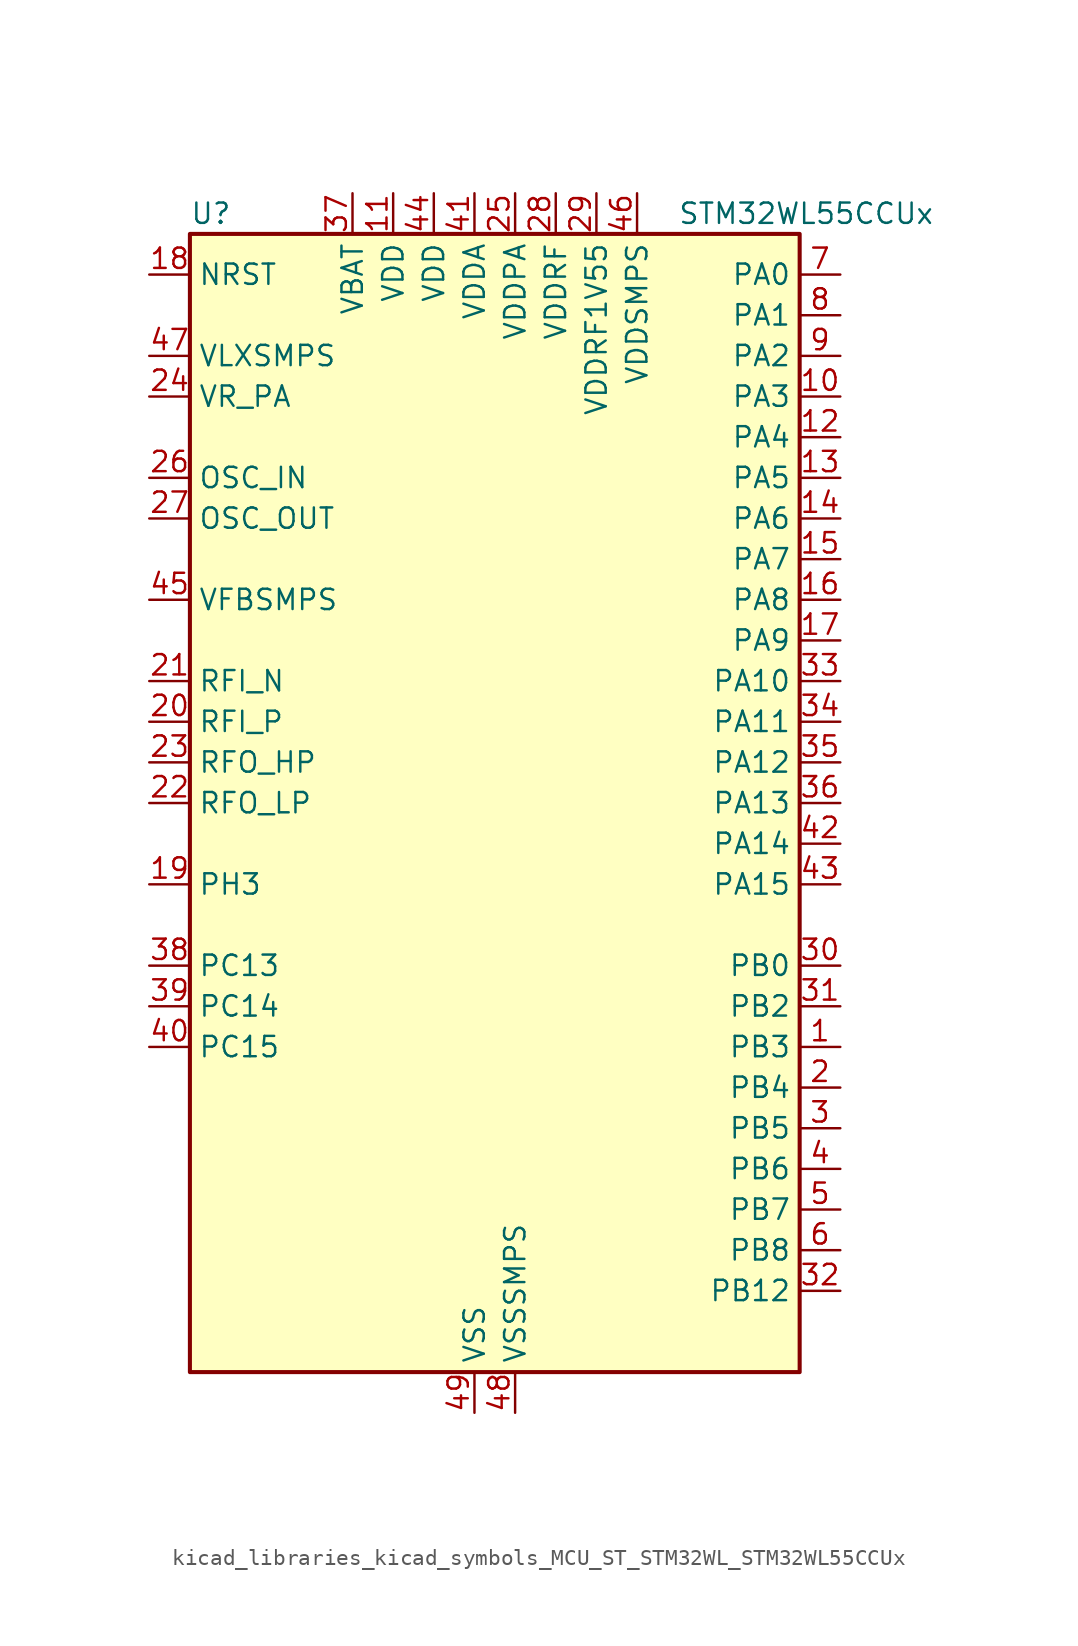
<source format=kicad_sym>
(kicad_symbol_lib
  (version 20220914)
  (generator kicad_symbol_editor)
  (symbol "kicad_libraries_kicad_symbols_MCU_ST_STM32WL_STM32WL55CCUx"
    (property "Reference" "U"
      (at -17.78 36.83 0)
      (effects (font (size 1.27 1.27)) (justify left)))
    (property "Value" "STM32WL55CCUx"
      (at 12.7 36.83 0)
      (effects (font (size 1.27 1.27)) (justify left)))
    (property "ki_locked" ""
      (at 0 0 0)
      (effects (font (size 1.27 1.27))))
    (symbol "kicad_libraries_kicad_symbols_MCU_ST_STM32WL_STM32WL55CCUx_0_1"
      (rectangle (start -17.78 -35.56) (end 20.32 35.56) (stroke (width 0.254) (type default)) (fill (type background))))
    (symbol "kicad_libraries_kicad_symbols_MCU_ST_STM32WL_STM32WL55CCUx_1_1"
      (pin bidirectional line (at 22.86 -15.24 180) (length 2.54) (name "PB3" (effects (font (size 1.27 1.27)))) (number "1" (effects (font (size 1.27 1.27)))) (alternate "ADC_IN2" bidirectional line) (alternate "COMP1_INM" bidirectional line) (alternate "COMP2_INM" bidirectional line) (alternate "DEBUG_JTDO-SWO" bidirectional line) (alternate "DEBUG_RF-DTB1" bidirectional line) (alternate "PWR_WKUP3" bidirectional line) (alternate "RTC_TAMP_IN3" bidirectional line) (alternate "SPI1_SCK" bidirectional line) (alternate "TIM2_CH2" bidirectional line) (alternate "USART1_DE" bidirectional line) (alternate "USART1_RTS" bidirectional line))
      (pin bidirectional line (at 22.86 25.4 180) (length 2.54) (name "PA3" (effects (font (size 1.27 1.27)))) (number "10" (effects (font (size 1.27 1.27)))) (alternate "I2S2_MCK" bidirectional line) (alternate "LPUART1_RX" bidirectional line) (alternate "TIM2_CH4" bidirectional line) (alternate "USART2_RX" bidirectional line))
      (pin power_in line (at -5.08 38.1 270) (length 2.54) (name "VDD" (effects (font (size 1.27 1.27)))) (number "11" (effects (font (size 1.27 1.27)))))
      (pin bidirectional line (at 22.86 22.86 180) (length 2.54) (name "PA4" (effects (font (size 1.27 1.27)))) (number "12" (effects (font (size 1.27 1.27)))) (alternate "DEBUG_SUBGHZSPI-NSSOUT" bidirectional line) (alternate "LPTIM1_OUT" bidirectional line) (alternate "LPTIM2_OUT" bidirectional line) (alternate "RTC_OUT2" bidirectional line) (alternate "SPI1_NSS" bidirectional line) (alternate "USART2_CK" bidirectional line))
      (pin bidirectional line (at 22.86 20.32 180) (length 2.54) (name "PA5" (effects (font (size 1.27 1.27)))) (number "13" (effects (font (size 1.27 1.27)))) (alternate "DEBUG_SUBGHZSPI-SCKOUT" bidirectional line) (alternate "LPTIM2_ETR" bidirectional line) (alternate "SPI1_SCK" bidirectional line) (alternate "SPI2_MISO" bidirectional line) (alternate "TIM2_CH1" bidirectional line) (alternate "TIM2_ETR" bidirectional line))
      (pin bidirectional line (at 22.86 17.78 180) (length 2.54) (name "PA6" (effects (font (size 1.27 1.27)))) (number "14" (effects (font (size 1.27 1.27)))) (alternate "DEBUG_SUBGHZSPI-MISOOUT" bidirectional line) (alternate "I2C2_SMBA" bidirectional line) (alternate "LPUART1_CTS" bidirectional line) (alternate "SPI1_MISO" bidirectional line) (alternate "TIM16_CH1" bidirectional line) (alternate "TIM1_BKIN" bidirectional line))
      (pin bidirectional line (at 22.86 15.24 180) (length 2.54) (name "PA7" (effects (font (size 1.27 1.27)))) (number "15" (effects (font (size 1.27 1.27)))) (alternate "COMP2_OUT" bidirectional line) (alternate "DEBUG_SUBGHZSPI-MOSIOUT" bidirectional line) (alternate "I2C3_SCL" bidirectional line) (alternate "SPI1_MOSI" bidirectional line) (alternate "TIM17_CH1" bidirectional line) (alternate "TIM1_CH1N" bidirectional line))
      (pin bidirectional line (at 22.86 12.7 180) (length 2.54) (name "PA8" (effects (font (size 1.27 1.27)))) (number "16" (effects (font (size 1.27 1.27)))) (alternate "I2S2_CK" bidirectional line) (alternate "LPTIM2_OUT" bidirectional line) (alternate "RCC_MCO" bidirectional line) (alternate "SPI2_SCK" bidirectional line) (alternate "TIM1_CH1" bidirectional line) (alternate "USART1_CK" bidirectional line))
      (pin bidirectional line (at 22.86 10.16 180) (length 2.54) (name "PA9" (effects (font (size 1.27 1.27)))) (number "17" (effects (font (size 1.27 1.27)))) (alternate "DAC_EXTI9" bidirectional line) (alternate "I2C1_SCL" bidirectional line) (alternate "I2S2_CK" bidirectional line) (alternate "I2S2_WS" bidirectional line) (alternate "SPI2_NSS" bidirectional line) (alternate "SPI2_SCK" bidirectional line) (alternate "TIM1_CH2" bidirectional line) (alternate "USART1_TX" bidirectional line))
      (pin input line (at -20.32 33.02 0) (length 2.54) (name "NRST" (effects (font (size 1.27 1.27)))) (number "18" (effects (font (size 1.27 1.27)))))
      (pin bidirectional line (at -20.32 -5.08 0) (length 2.54) (name "PH3" (effects (font (size 1.27 1.27)))) (number "19" (effects (font (size 1.27 1.27)))))
      (pin bidirectional line (at 22.86 -17.78 180) (length 2.54) (name "PB4" (effects (font (size 1.27 1.27)))) (number "2" (effects (font (size 1.27 1.27)))) (alternate "ADC_IN3" bidirectional line) (alternate "COMP1_INP" bidirectional line) (alternate "COMP2_INP" bidirectional line) (alternate "DEBUG_JTRST" bidirectional line) (alternate "DEBUG_RF-LDORDY" bidirectional line) (alternate "I2C3_SDA" bidirectional line) (alternate "SPI1_MISO" bidirectional line) (alternate "TIM17_BKIN" bidirectional line) (alternate "USART1_CTS" bidirectional line) (alternate "USART1_NSS" bidirectional line))
      (pin bidirectional line (at -20.32 5.08 0) (length 2.54) (name "RFI_P" (effects (font (size 1.27 1.27)))) (number "20" (effects (font (size 1.27 1.27)))))
      (pin bidirectional line (at -20.32 7.62 0) (length 2.54) (name "RFI_N" (effects (font (size 1.27 1.27)))) (number "21" (effects (font (size 1.27 1.27)))))
      (pin bidirectional line (at -20.32 0 0) (length 2.54) (name "RFO_LP" (effects (font (size 1.27 1.27)))) (number "22" (effects (font (size 1.27 1.27)))))
      (pin bidirectional line (at -20.32 2.54 0) (length 2.54) (name "RFO_HP" (effects (font (size 1.27 1.27)))) (number "23" (effects (font (size 1.27 1.27)))))
      (pin power_in line (at -20.32 25.4 0) (length 2.54) (name "VR_PA" (effects (font (size 1.27 1.27)))) (number "24" (effects (font (size 1.27 1.27)))))
      (pin power_in line (at 2.54 38.1 270) (length 2.54) (name "VDDPA" (effects (font (size 1.27 1.27)))) (number "25" (effects (font (size 1.27 1.27)))))
      (pin input line (at -20.32 20.32 0) (length 2.54) (name "OSC_IN" (effects (font (size 1.27 1.27)))) (number "26" (effects (font (size 1.27 1.27)))) (alternate "RCC_OSC_IN" bidirectional line))
      (pin input line (at -20.32 17.78 0) (length 2.54) (name "OSC_OUT" (effects (font (size 1.27 1.27)))) (number "27" (effects (font (size 1.27 1.27)))) (alternate "RCC_OSC_OUT" bidirectional line))
      (pin power_in line (at 5.08 38.1 270) (length 2.54) (name "VDDRF" (effects (font (size 1.27 1.27)))) (number "28" (effects (font (size 1.27 1.27)))))
      (pin power_in line (at 7.62 38.1 270) (length 2.54) (name "VDDRF1V55" (effects (font (size 1.27 1.27)))) (number "29" (effects (font (size 1.27 1.27)))))
      (pin bidirectional line (at 22.86 -20.32 180) (length 2.54) (name "PB5" (effects (font (size 1.27 1.27)))) (number "3" (effects (font (size 1.27 1.27)))) (alternate "COMP2_OUT" bidirectional line) (alternate "I2C1_SMBA" bidirectional line) (alternate "LPTIM1_IN1" bidirectional line) (alternate "SPI1_MOSI" bidirectional line) (alternate "TIM16_BKIN" bidirectional line) (alternate "USART1_CK" bidirectional line))
      (pin bidirectional line (at 22.86 -10.16 180) (length 2.54) (name "PB0" (effects (font (size 1.27 1.27)))) (number "30" (effects (font (size 1.27 1.27)))) (alternate "COMP1_OUT" bidirectional line) (alternate "VDDTCXO" bidirectional line))
      (pin bidirectional line (at 22.86 -12.7 180) (length 2.54) (name "PB2" (effects (font (size 1.27 1.27)))) (number "31" (effects (font (size 1.27 1.27)))) (alternate "ADC_IN4" bidirectional line) (alternate "COMP1_INP" bidirectional line) (alternate "COMP2_INM" bidirectional line) (alternate "DEBUG_RF-SMPSRDY" bidirectional line) (alternate "I2C3_SMBA" bidirectional line) (alternate "LPTIM1_OUT" bidirectional line) (alternate "SPI1_NSS" bidirectional line))
      (pin bidirectional line (at 22.86 -30.48 180) (length 2.54) (name "PB12" (effects (font (size 1.27 1.27)))) (number "32" (effects (font (size 1.27 1.27)))) (alternate "I2C3_SMBA" bidirectional line) (alternate "I2S2_WS" bidirectional line) (alternate "LPUART1_RTS" bidirectional line) (alternate "SPI2_NSS" bidirectional line) (alternate "TIM1_BKIN" bidirectional line))
      (pin bidirectional line (at 22.86 7.62 180) (length 2.54) (name "PA10" (effects (font (size 1.27 1.27)))) (number "33" (effects (font (size 1.27 1.27)))) (alternate "ADC_IN6" bidirectional line) (alternate "COMP1_INM" bidirectional line) (alternate "COMP2_INM" bidirectional line) (alternate "DAC_OUT1" bidirectional line) (alternate "DEBUG_RF-HSE32RDY" bidirectional line) (alternate "I2C1_SDA" bidirectional line) (alternate "I2S2_SD" bidirectional line) (alternate "RTC_REFIN" bidirectional line) (alternate "SPI2_MOSI" bidirectional line) (alternate "TIM17_BKIN" bidirectional line) (alternate "TIM1_CH3" bidirectional line) (alternate "USART1_RX" bidirectional line))
      (pin bidirectional line (at 22.86 5.08 180) (length 2.54) (name "PA11" (effects (font (size 1.27 1.27)))) (number "34" (effects (font (size 1.27 1.27)))) (alternate "ADC_EXTI11" bidirectional line) (alternate "ADC_IN7" bidirectional line) (alternate "COMP1_INM" bidirectional line) (alternate "COMP2_INM" bidirectional line) (alternate "DEBUG_RF-NRESET" bidirectional line) (alternate "I2C2_SDA" bidirectional line) (alternate "LPTIM3_ETR" bidirectional line) (alternate "SPI1_MISO" bidirectional line) (alternate "TIM1_BKIN2" bidirectional line) (alternate "TIM1_CH4" bidirectional line) (alternate "USART1_CTS" bidirectional line) (alternate "USART1_NSS" bidirectional line))
      (pin bidirectional line (at 22.86 2.54 180) (length 2.54) (name "PA12" (effects (font (size 1.27 1.27)))) (number "35" (effects (font (size 1.27 1.27)))) (alternate "ADC_IN8" bidirectional line) (alternate "DEBUG_RF-BUSY" bidirectional line) (alternate "I2C2_SCL" bidirectional line) (alternate "LPTIM3_IN1" bidirectional line) (alternate "SPI1_MOSI" bidirectional line) (alternate "TIM1_ETR" bidirectional line) (alternate "USART1_DE" bidirectional line) (alternate "USART1_RTS" bidirectional line))
      (pin bidirectional line (at 22.86 0 180) (length 2.54) (name "PA13" (effects (font (size 1.27 1.27)))) (number "36" (effects (font (size 1.27 1.27)))) (alternate "ADC_IN9" bidirectional line) (alternate "DEBUG_JTMS-SWDIO" bidirectional line) (alternate "I2C2_SMBA" bidirectional line) (alternate "IR_OUT" bidirectional line))
      (pin power_in line (at -7.62 38.1 270) (length 2.54) (name "VBAT" (effects (font (size 1.27 1.27)))) (number "37" (effects (font (size 1.27 1.27)))))
      (pin bidirectional line (at -20.32 -10.16 0) (length 2.54) (name "PC13" (effects (font (size 1.27 1.27)))) (number "38" (effects (font (size 1.27 1.27)))) (alternate "PWR_WKUP2" bidirectional line) (alternate "RTC_OUT1" bidirectional line) (alternate "RTC_TAMP_IN1" bidirectional line) (alternate "RTC_TS" bidirectional line))
      (pin bidirectional line (at -20.32 -12.7 0) (length 2.54) (name "PC14" (effects (font (size 1.27 1.27)))) (number "39" (effects (font (size 1.27 1.27)))) (alternate "RCC_OSC32_IN" bidirectional line))
      (pin bidirectional line (at 22.86 -22.86 180) (length 2.54) (name "PB6" (effects (font (size 1.27 1.27)))) (number "4" (effects (font (size 1.27 1.27)))) (alternate "I2C1_SCL" bidirectional line) (alternate "LPTIM1_ETR" bidirectional line) (alternate "TIM16_CH1N" bidirectional line) (alternate "USART1_TX" bidirectional line))
      (pin bidirectional line (at -20.32 -15.24 0) (length 2.54) (name "PC15" (effects (font (size 1.27 1.27)))) (number "40" (effects (font (size 1.27 1.27)))) (alternate "RCC_OSC32_OUT" bidirectional line))
      (pin power_in line (at 0 38.1 270) (length 2.54) (name "VDDA" (effects (font (size 1.27 1.27)))) (number "41" (effects (font (size 1.27 1.27)))))
      (pin bidirectional line (at 22.86 -2.54 180) (length 2.54) (name "PA14" (effects (font (size 1.27 1.27)))) (number "42" (effects (font (size 1.27 1.27)))) (alternate "ADC_IN10" bidirectional line) (alternate "DEBUG_JTCK-SWCLK" bidirectional line) (alternate "I2C1_SMBA" bidirectional line) (alternate "LPTIM1_OUT" bidirectional line))
      (pin bidirectional line (at 22.86 -5.08 180) (length 2.54) (name "PA15" (effects (font (size 1.27 1.27)))) (number "43" (effects (font (size 1.27 1.27)))) (alternate "ADC_IN11" bidirectional line) (alternate "COMP1_INM" bidirectional line) (alternate "COMP2_INP" bidirectional line) (alternate "DEBUG_JTDI" bidirectional line) (alternate "I2C2_SDA" bidirectional line) (alternate "SPI1_NSS" bidirectional line) (alternate "TIM2_CH1" bidirectional line) (alternate "TIM2_ETR" bidirectional line))
      (pin power_in line (at -2.54 38.1 270) (length 2.54) (name "VDD" (effects (font (size 1.27 1.27)))) (number "44" (effects (font (size 1.27 1.27)))))
      (pin input line (at -20.32 12.7 0) (length 2.54) (name "VFBSMPS" (effects (font (size 1.27 1.27)))) (number "45" (effects (font (size 1.27 1.27)))))
      (pin power_in line (at 10.16 38.1 270) (length 2.54) (name "VDDSMPS" (effects (font (size 1.27 1.27)))) (number "46" (effects (font (size 1.27 1.27)))))
      (pin power_in line (at -20.32 27.94 0) (length 2.54) (name "VLXSMPS" (effects (font (size 1.27 1.27)))) (number "47" (effects (font (size 1.27 1.27)))))
      (pin power_in line (at 2.54 -38.1 90) (length 2.54) (name "VSSSMPS" (effects (font (size 1.27 1.27)))) (number "48" (effects (font (size 1.27 1.27)))))
      (pin power_in line (at 0 -38.1 90) (length 2.54) (name "VSS" (effects (font (size 1.27 1.27)))) (number "49" (effects (font (size 1.27 1.27)))))
      (pin bidirectional line (at 22.86 -25.4 180) (length 2.54) (name "PB7" (effects (font (size 1.27 1.27)))) (number "5" (effects (font (size 1.27 1.27)))) (alternate "I2C1_SDA" bidirectional line) (alternate "LPTIM1_IN2" bidirectional line) (alternate "PWR_PVD_IN" bidirectional line) (alternate "TIM17_CH1N" bidirectional line) (alternate "TIM1_BKIN" bidirectional line) (alternate "USART1_RX" bidirectional line))
      (pin bidirectional line (at 22.86 -27.94 180) (length 2.54) (name "PB8" (effects (font (size 1.27 1.27)))) (number "6" (effects (font (size 1.27 1.27)))) (alternate "I2C1_SCL" bidirectional line) (alternate "TIM16_CH1" bidirectional line) (alternate "TIM1_CH2N" bidirectional line))
      (pin bidirectional line (at 22.86 33.02 180) (length 2.54) (name "PA0" (effects (font (size 1.27 1.27)))) (number "7" (effects (font (size 1.27 1.27)))) (alternate "COMP1_OUT" bidirectional line) (alternate "DEBUG_PWR-REGLP1S" bidirectional line) (alternate "I2C3_SMBA" bidirectional line) (alternate "I2S_CKIN" bidirectional line) (alternate "PWR_WKUP1" bidirectional line) (alternate "RTC_TAMP_IN2" bidirectional line) (alternate "TIM2_CH1" bidirectional line) (alternate "TIM2_ETR" bidirectional line) (alternate "USART2_CTS" bidirectional line) (alternate "USART2_NSS" bidirectional line))
      (pin bidirectional line (at 22.86 30.48 180) (length 2.54) (name "PA1" (effects (font (size 1.27 1.27)))) (number "8" (effects (font (size 1.27 1.27)))) (alternate "DEBUG_PWR-REGLP2S" bidirectional line) (alternate "I2C1_SMBA" bidirectional line) (alternate "LPTIM3_OUT" bidirectional line) (alternate "LPUART1_RTS" bidirectional line) (alternate "SPI1_SCK" bidirectional line) (alternate "TIM2_CH2" bidirectional line) (alternate "USART2_DE" bidirectional line) (alternate "USART2_RTS" bidirectional line))
      (pin bidirectional line (at 22.86 27.94 180) (length 2.54) (name "PA2" (effects (font (size 1.27 1.27)))) (number "9" (effects (font (size 1.27 1.27)))) (alternate "COMP2_OUT" bidirectional line) (alternate "DEBUG_PWR-LDORDY" bidirectional line) (alternate "LPUART1_TX" bidirectional line) (alternate "RCC_LSCO" bidirectional line) (alternate "TIM2_CH3" bidirectional line) (alternate "USART2_TX" bidirectional line)))))
</source>
